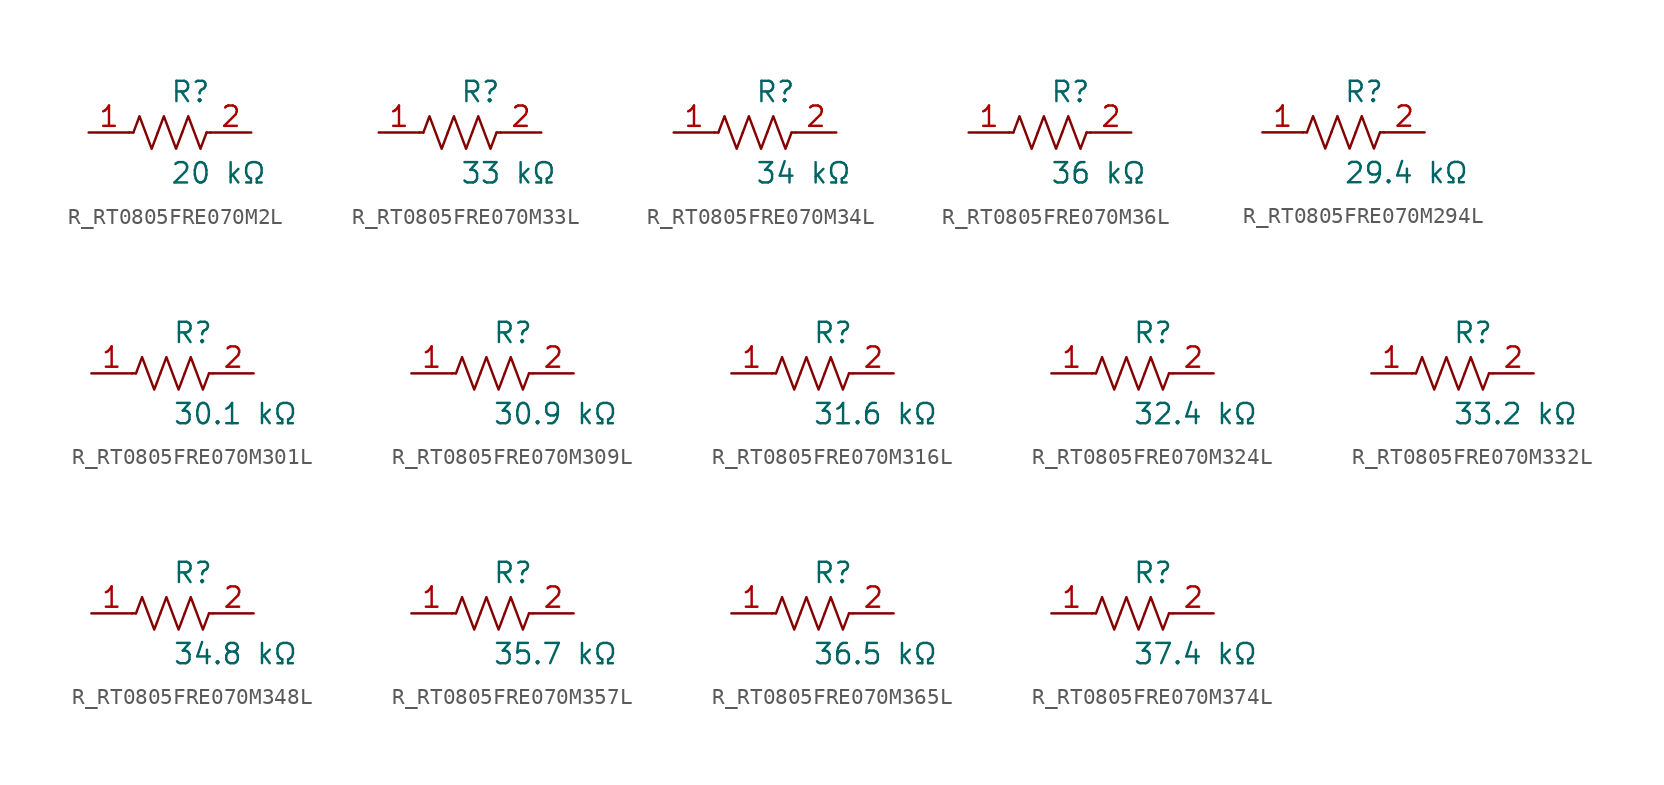
<source format=kicad_sym>
(kicad_symbol_lib
  (version 20231120)
  (generator kicad_symbol_editor)
  (generator_version 8.0)
  (symbol "R_RT0805FRE070M2L"
    (pin_names
      (offset 0.254))
    (property "Reference" "R"
      (at 0.0 2.54 0)
      (effects (font (size 1.27 1.27)) (justify left)))
    (property "Value" "20 kΩ"
      (at 0.0 -2.54 0)
      (effects (font (size 1.27 1.27)) (justify left)))
    (symbol "R_RT0805FRE070M2L_0_1"
      (polyline (pts (xy 2.286 0) (xy 2.54 0)) (stroke (width 0) (type default)) (fill (type none)))
      (polyline (pts (xy -2.286 0) (xy -2.54 0)) (stroke (width 0) (type default)) (fill (type none)))
      (polyline (pts (xy 0.762 0) (xy 1.143 1.016) (xy 1.524 0) (xy 1.905 -1.016) (xy 2.286 0)) (stroke (width 0) (type default)) (fill (type none)))
      (polyline (pts (xy -0.762 0) (xy -0.381 1.016) (xy 0 0) (xy 0.381 -1.016) (xy 0.762 0)) (stroke (width 0) (type default)) (fill (type none)))
      (polyline (pts (xy -2.286 0) (xy -1.905 1.016) (xy -1.524 0) (xy -1.143 -1.016) (xy -0.762 0)) (stroke (width 0) (type default)) (fill (type none))))
    (pin unspecified line
      (at -5.08 0 0)
      (length 2.54)
      (name "" (effects (font (size 1.27 1.27))))
      (number "1" (effects (font (size 1.27 1.27)))))
    (pin unspecified line
      (at 5.08 0 180)
      (length 2.54)
      (name "" (effects (font (size 1.27 1.27))))
      (number "2" (effects (font (size 1.27 1.27))))))
  (symbol "R_RT0805FRE070M33L"
    (pin_names
      (offset 0.254))
    (property "Reference" "R"
      (at 0.0 2.54 0)
      (effects (font (size 1.27 1.27)) (justify left)))
    (property "Value" "33 kΩ"
      (at 0.0 -2.54 0)
      (effects (font (size 1.27 1.27)) (justify left)))
    (symbol "R_RT0805FRE070M33L_0_1"
      (polyline (pts (xy 2.286 0) (xy 2.54 0)) (stroke (width 0) (type default)) (fill (type none)))
      (polyline (pts (xy -2.286 0) (xy -2.54 0)) (stroke (width 0) (type default)) (fill (type none)))
      (polyline (pts (xy 0.762 0) (xy 1.143 1.016) (xy 1.524 0) (xy 1.905 -1.016) (xy 2.286 0)) (stroke (width 0) (type default)) (fill (type none)))
      (polyline (pts (xy -0.762 0) (xy -0.381 1.016) (xy 0 0) (xy 0.381 -1.016) (xy 0.762 0)) (stroke (width 0) (type default)) (fill (type none)))
      (polyline (pts (xy -2.286 0) (xy -1.905 1.016) (xy -1.524 0) (xy -1.143 -1.016) (xy -0.762 0)) (stroke (width 0) (type default)) (fill (type none))))
    (pin unspecified line
      (at -5.08 0 0)
      (length 2.54)
      (name "" (effects (font (size 1.27 1.27))))
      (number "1" (effects (font (size 1.27 1.27)))))
    (pin unspecified line
      (at 5.08 0 180)
      (length 2.54)
      (name "" (effects (font (size 1.27 1.27))))
      (number "2" (effects (font (size 1.27 1.27))))))
  (symbol "R_RT0805FRE070M34L"
    (pin_names
      (offset 0.254))
    (property "Reference" "R"
      (at 0.0 2.54 0)
      (effects (font (size 1.27 1.27)) (justify left)))
    (property "Value" "34 kΩ"
      (at 0.0 -2.54 0)
      (effects (font (size 1.27 1.27)) (justify left)))
    (symbol "R_RT0805FRE070M34L_0_1"
      (polyline (pts (xy 2.286 0) (xy 2.54 0)) (stroke (width 0) (type default)) (fill (type none)))
      (polyline (pts (xy -2.286 0) (xy -2.54 0)) (stroke (width 0) (type default)) (fill (type none)))
      (polyline (pts (xy 0.762 0) (xy 1.143 1.016) (xy 1.524 0) (xy 1.905 -1.016) (xy 2.286 0)) (stroke (width 0) (type default)) (fill (type none)))
      (polyline (pts (xy -0.762 0) (xy -0.381 1.016) (xy 0 0) (xy 0.381 -1.016) (xy 0.762 0)) (stroke (width 0) (type default)) (fill (type none)))
      (polyline (pts (xy -2.286 0) (xy -1.905 1.016) (xy -1.524 0) (xy -1.143 -1.016) (xy -0.762 0)) (stroke (width 0) (type default)) (fill (type none))))
    (pin unspecified line
      (at -5.08 0 0)
      (length 2.54)
      (name "" (effects (font (size 1.27 1.27))))
      (number "1" (effects (font (size 1.27 1.27)))))
    (pin unspecified line
      (at 5.08 0 180)
      (length 2.54)
      (name "" (effects (font (size 1.27 1.27))))
      (number "2" (effects (font (size 1.27 1.27))))))
  (symbol "R_RT0805FRE070M36L"
    (pin_names
      (offset 0.254))
    (property "Reference" "R"
      (at 0.0 2.54 0)
      (effects (font (size 1.27 1.27)) (justify left)))
    (property "Value" "36 kΩ"
      (at 0.0 -2.54 0)
      (effects (font (size 1.27 1.27)) (justify left)))
    (symbol "R_RT0805FRE070M36L_0_1"
      (polyline (pts (xy 2.286 0) (xy 2.54 0)) (stroke (width 0) (type default)) (fill (type none)))
      (polyline (pts (xy -2.286 0) (xy -2.54 0)) (stroke (width 0) (type default)) (fill (type none)))
      (polyline (pts (xy 0.762 0) (xy 1.143 1.016) (xy 1.524 0) (xy 1.905 -1.016) (xy 2.286 0)) (stroke (width 0) (type default)) (fill (type none)))
      (polyline (pts (xy -0.762 0) (xy -0.381 1.016) (xy 0 0) (xy 0.381 -1.016) (xy 0.762 0)) (stroke (width 0) (type default)) (fill (type none)))
      (polyline (pts (xy -2.286 0) (xy -1.905 1.016) (xy -1.524 0) (xy -1.143 -1.016) (xy -0.762 0)) (stroke (width 0) (type default)) (fill (type none))))
    (pin unspecified line
      (at -5.08 0 0)
      (length 2.54)
      (name "" (effects (font (size 1.27 1.27))))
      (number "1" (effects (font (size 1.27 1.27)))))
    (pin unspecified line
      (at 5.08 0 180)
      (length 2.54)
      (name "" (effects (font (size 1.27 1.27))))
      (number "2" (effects (font (size 1.27 1.27))))))
  (symbol "R_RT0805FRE070M294L"
    (pin_names
      (offset 0.254))
    (property "Reference" "R"
      (at 0.0 2.54 0)
      (effects (font (size 1.27 1.27)) (justify left)))
    (property "Value" "29.4 kΩ"
      (at 0.0 -2.54 0)
      (effects (font (size 1.27 1.27)) (justify left)))
    (symbol "R_RT0805FRE070M294L_0_1"
      (polyline (pts (xy 2.286 0) (xy 2.54 0)) (stroke (width 0) (type default)) (fill (type none)))
      (polyline (pts (xy -2.286 0) (xy -2.54 0)) (stroke (width 0) (type default)) (fill (type none)))
      (polyline (pts (xy 0.762 0) (xy 1.143 1.016) (xy 1.524 0) (xy 1.905 -1.016) (xy 2.286 0)) (stroke (width 0) (type default)) (fill (type none)))
      (polyline (pts (xy -0.762 0) (xy -0.381 1.016) (xy 0 0) (xy 0.381 -1.016) (xy 0.762 0)) (stroke (width 0) (type default)) (fill (type none)))
      (polyline (pts (xy -2.286 0) (xy -1.905 1.016) (xy -1.524 0) (xy -1.143 -1.016) (xy -0.762 0)) (stroke (width 0) (type default)) (fill (type none))))
    (pin unspecified line
      (at -5.08 0 0)
      (length 2.54)
      (name "" (effects (font (size 1.27 1.27))))
      (number "1" (effects (font (size 1.27 1.27)))))
    (pin unspecified line
      (at 5.08 0 180)
      (length 2.54)
      (name "" (effects (font (size 1.27 1.27))))
      (number "2" (effects (font (size 1.27 1.27))))))
  (symbol "R_RT0805FRE070M301L"
    (pin_names
      (offset 0.254))
    (property "Reference" "R"
      (at 0.0 2.54 0)
      (effects (font (size 1.27 1.27)) (justify left)))
    (property "Value" "30.1 kΩ"
      (at 0.0 -2.54 0)
      (effects (font (size 1.27 1.27)) (justify left)))
    (symbol "R_RT0805FRE070M301L_0_1"
      (polyline (pts (xy 2.286 0) (xy 2.54 0)) (stroke (width 0) (type default)) (fill (type none)))
      (polyline (pts (xy -2.286 0) (xy -2.54 0)) (stroke (width 0) (type default)) (fill (type none)))
      (polyline (pts (xy 0.762 0) (xy 1.143 1.016) (xy 1.524 0) (xy 1.905 -1.016) (xy 2.286 0)) (stroke (width 0) (type default)) (fill (type none)))
      (polyline (pts (xy -0.762 0) (xy -0.381 1.016) (xy 0 0) (xy 0.381 -1.016) (xy 0.762 0)) (stroke (width 0) (type default)) (fill (type none)))
      (polyline (pts (xy -2.286 0) (xy -1.905 1.016) (xy -1.524 0) (xy -1.143 -1.016) (xy -0.762 0)) (stroke (width 0) (type default)) (fill (type none))))
    (pin unspecified line
      (at -5.08 0 0)
      (length 2.54)
      (name "" (effects (font (size 1.27 1.27))))
      (number "1" (effects (font (size 1.27 1.27)))))
    (pin unspecified line
      (at 5.08 0 180)
      (length 2.54)
      (name "" (effects (font (size 1.27 1.27))))
      (number "2" (effects (font (size 1.27 1.27))))))
  (symbol "R_RT0805FRE070M309L"
    (pin_names
      (offset 0.254))
    (property "Reference" "R"
      (at 0.0 2.54 0)
      (effects (font (size 1.27 1.27)) (justify left)))
    (property "Value" "30.9 kΩ"
      (at 0.0 -2.54 0)
      (effects (font (size 1.27 1.27)) (justify left)))
    (symbol "R_RT0805FRE070M309L_0_1"
      (polyline (pts (xy 2.286 0) (xy 2.54 0)) (stroke (width 0) (type default)) (fill (type none)))
      (polyline (pts (xy -2.286 0) (xy -2.54 0)) (stroke (width 0) (type default)) (fill (type none)))
      (polyline (pts (xy 0.762 0) (xy 1.143 1.016) (xy 1.524 0) (xy 1.905 -1.016) (xy 2.286 0)) (stroke (width 0) (type default)) (fill (type none)))
      (polyline (pts (xy -0.762 0) (xy -0.381 1.016) (xy 0 0) (xy 0.381 -1.016) (xy 0.762 0)) (stroke (width 0) (type default)) (fill (type none)))
      (polyline (pts (xy -2.286 0) (xy -1.905 1.016) (xy -1.524 0) (xy -1.143 -1.016) (xy -0.762 0)) (stroke (width 0) (type default)) (fill (type none))))
    (pin unspecified line
      (at -5.08 0 0)
      (length 2.54)
      (name "" (effects (font (size 1.27 1.27))))
      (number "1" (effects (font (size 1.27 1.27)))))
    (pin unspecified line
      (at 5.08 0 180)
      (length 2.54)
      (name "" (effects (font (size 1.27 1.27))))
      (number "2" (effects (font (size 1.27 1.27))))))
  (symbol "R_RT0805FRE070M316L"
    (pin_names
      (offset 0.254))
    (property "Reference" "R"
      (at 0.0 2.54 0)
      (effects (font (size 1.27 1.27)) (justify left)))
    (property "Value" "31.6 kΩ"
      (at 0.0 -2.54 0)
      (effects (font (size 1.27 1.27)) (justify left)))
    (symbol "R_RT0805FRE070M316L_0_1"
      (polyline (pts (xy 2.286 0) (xy 2.54 0)) (stroke (width 0) (type default)) (fill (type none)))
      (polyline (pts (xy -2.286 0) (xy -2.54 0)) (stroke (width 0) (type default)) (fill (type none)))
      (polyline (pts (xy 0.762 0) (xy 1.143 1.016) (xy 1.524 0) (xy 1.905 -1.016) (xy 2.286 0)) (stroke (width 0) (type default)) (fill (type none)))
      (polyline (pts (xy -0.762 0) (xy -0.381 1.016) (xy 0 0) (xy 0.381 -1.016) (xy 0.762 0)) (stroke (width 0) (type default)) (fill (type none)))
      (polyline (pts (xy -2.286 0) (xy -1.905 1.016) (xy -1.524 0) (xy -1.143 -1.016) (xy -0.762 0)) (stroke (width 0) (type default)) (fill (type none))))
    (pin unspecified line
      (at -5.08 0 0)
      (length 2.54)
      (name "" (effects (font (size 1.27 1.27))))
      (number "1" (effects (font (size 1.27 1.27)))))
    (pin unspecified line
      (at 5.08 0 180)
      (length 2.54)
      (name "" (effects (font (size 1.27 1.27))))
      (number "2" (effects (font (size 1.27 1.27))))))
  (symbol "R_RT0805FRE070M324L"
    (pin_names
      (offset 0.254))
    (property "Reference" "R"
      (at 0.0 2.54 0)
      (effects (font (size 1.27 1.27)) (justify left)))
    (property "Value" "32.4 kΩ"
      (at 0.0 -2.54 0)
      (effects (font (size 1.27 1.27)) (justify left)))
    (symbol "R_RT0805FRE070M324L_0_1"
      (polyline (pts (xy 2.286 0) (xy 2.54 0)) (stroke (width 0) (type default)) (fill (type none)))
      (polyline (pts (xy -2.286 0) (xy -2.54 0)) (stroke (width 0) (type default)) (fill (type none)))
      (polyline (pts (xy 0.762 0) (xy 1.143 1.016) (xy 1.524 0) (xy 1.905 -1.016) (xy 2.286 0)) (stroke (width 0) (type default)) (fill (type none)))
      (polyline (pts (xy -0.762 0) (xy -0.381 1.016) (xy 0 0) (xy 0.381 -1.016) (xy 0.762 0)) (stroke (width 0) (type default)) (fill (type none)))
      (polyline (pts (xy -2.286 0) (xy -1.905 1.016) (xy -1.524 0) (xy -1.143 -1.016) (xy -0.762 0)) (stroke (width 0) (type default)) (fill (type none))))
    (pin unspecified line
      (at -5.08 0 0)
      (length 2.54)
      (name "" (effects (font (size 1.27 1.27))))
      (number "1" (effects (font (size 1.27 1.27)))))
    (pin unspecified line
      (at 5.08 0 180)
      (length 2.54)
      (name "" (effects (font (size 1.27 1.27))))
      (number "2" (effects (font (size 1.27 1.27))))))
  (symbol "R_RT0805FRE070M332L"
    (pin_names
      (offset 0.254))
    (property "Reference" "R"
      (at 0.0 2.54 0)
      (effects (font (size 1.27 1.27)) (justify left)))
    (property "Value" "33.2 kΩ"
      (at 0.0 -2.54 0)
      (effects (font (size 1.27 1.27)) (justify left)))
    (symbol "R_RT0805FRE070M332L_0_1"
      (polyline (pts (xy 2.286 0) (xy 2.54 0)) (stroke (width 0) (type default)) (fill (type none)))
      (polyline (pts (xy -2.286 0) (xy -2.54 0)) (stroke (width 0) (type default)) (fill (type none)))
      (polyline (pts (xy 0.762 0) (xy 1.143 1.016) (xy 1.524 0) (xy 1.905 -1.016) (xy 2.286 0)) (stroke (width 0) (type default)) (fill (type none)))
      (polyline (pts (xy -0.762 0) (xy -0.381 1.016) (xy 0 0) (xy 0.381 -1.016) (xy 0.762 0)) (stroke (width 0) (type default)) (fill (type none)))
      (polyline (pts (xy -2.286 0) (xy -1.905 1.016) (xy -1.524 0) (xy -1.143 -1.016) (xy -0.762 0)) (stroke (width 0) (type default)) (fill (type none))))
    (pin unspecified line
      (at -5.08 0 0)
      (length 2.54)
      (name "" (effects (font (size 1.27 1.27))))
      (number "1" (effects (font (size 1.27 1.27)))))
    (pin unspecified line
      (at 5.08 0 180)
      (length 2.54)
      (name "" (effects (font (size 1.27 1.27))))
      (number "2" (effects (font (size 1.27 1.27))))))
  (symbol "R_RT0805FRE070M348L"
    (pin_names
      (offset 0.254))
    (property "Reference" "R"
      (at 0.0 2.54 0)
      (effects (font (size 1.27 1.27)) (justify left)))
    (property "Value" "34.8 kΩ"
      (at 0.0 -2.54 0)
      (effects (font (size 1.27 1.27)) (justify left)))
    (symbol "R_RT0805FRE070M348L_0_1"
      (polyline (pts (xy 2.286 0) (xy 2.54 0)) (stroke (width 0) (type default)) (fill (type none)))
      (polyline (pts (xy -2.286 0) (xy -2.54 0)) (stroke (width 0) (type default)) (fill (type none)))
      (polyline (pts (xy 0.762 0) (xy 1.143 1.016) (xy 1.524 0) (xy 1.905 -1.016) (xy 2.286 0)) (stroke (width 0) (type default)) (fill (type none)))
      (polyline (pts (xy -0.762 0) (xy -0.381 1.016) (xy 0 0) (xy 0.381 -1.016) (xy 0.762 0)) (stroke (width 0) (type default)) (fill (type none)))
      (polyline (pts (xy -2.286 0) (xy -1.905 1.016) (xy -1.524 0) (xy -1.143 -1.016) (xy -0.762 0)) (stroke (width 0) (type default)) (fill (type none))))
    (pin unspecified line
      (at -5.08 0 0)
      (length 2.54)
      (name "" (effects (font (size 1.27 1.27))))
      (number "1" (effects (font (size 1.27 1.27)))))
    (pin unspecified line
      (at 5.08 0 180)
      (length 2.54)
      (name "" (effects (font (size 1.27 1.27))))
      (number "2" (effects (font (size 1.27 1.27))))))
  (symbol "R_RT0805FRE070M357L"
    (pin_names
      (offset 0.254))
    (property "Reference" "R"
      (at 0.0 2.54 0)
      (effects (font (size 1.27 1.27)) (justify left)))
    (property "Value" "35.7 kΩ"
      (at 0.0 -2.54 0)
      (effects (font (size 1.27 1.27)) (justify left)))
    (symbol "R_RT0805FRE070M357L_0_1"
      (polyline (pts (xy 2.286 0) (xy 2.54 0)) (stroke (width 0) (type default)) (fill (type none)))
      (polyline (pts (xy -2.286 0) (xy -2.54 0)) (stroke (width 0) (type default)) (fill (type none)))
      (polyline (pts (xy 0.762 0) (xy 1.143 1.016) (xy 1.524 0) (xy 1.905 -1.016) (xy 2.286 0)) (stroke (width 0) (type default)) (fill (type none)))
      (polyline (pts (xy -0.762 0) (xy -0.381 1.016) (xy 0 0) (xy 0.381 -1.016) (xy 0.762 0)) (stroke (width 0) (type default)) (fill (type none)))
      (polyline (pts (xy -2.286 0) (xy -1.905 1.016) (xy -1.524 0) (xy -1.143 -1.016) (xy -0.762 0)) (stroke (width 0) (type default)) (fill (type none))))
    (pin unspecified line
      (at -5.08 0 0)
      (length 2.54)
      (name "" (effects (font (size 1.27 1.27))))
      (number "1" (effects (font (size 1.27 1.27)))))
    (pin unspecified line
      (at 5.08 0 180)
      (length 2.54)
      (name "" (effects (font (size 1.27 1.27))))
      (number "2" (effects (font (size 1.27 1.27))))))
  (symbol "R_RT0805FRE070M365L"
    (pin_names
      (offset 0.254))
    (property "Reference" "R"
      (at 0.0 2.54 0)
      (effects (font (size 1.27 1.27)) (justify left)))
    (property "Value" "36.5 kΩ"
      (at 0.0 -2.54 0)
      (effects (font (size 1.27 1.27)) (justify left)))
    (symbol "R_RT0805FRE070M365L_0_1"
      (polyline (pts (xy 2.286 0) (xy 2.54 0)) (stroke (width 0) (type default)) (fill (type none)))
      (polyline (pts (xy -2.286 0) (xy -2.54 0)) (stroke (width 0) (type default)) (fill (type none)))
      (polyline (pts (xy 0.762 0) (xy 1.143 1.016) (xy 1.524 0) (xy 1.905 -1.016) (xy 2.286 0)) (stroke (width 0) (type default)) (fill (type none)))
      (polyline (pts (xy -0.762 0) (xy -0.381 1.016) (xy 0 0) (xy 0.381 -1.016) (xy 0.762 0)) (stroke (width 0) (type default)) (fill (type none)))
      (polyline (pts (xy -2.286 0) (xy -1.905 1.016) (xy -1.524 0) (xy -1.143 -1.016) (xy -0.762 0)) (stroke (width 0) (type default)) (fill (type none))))
    (pin unspecified line
      (at -5.08 0 0)
      (length 2.54)
      (name "" (effects (font (size 1.27 1.27))))
      (number "1" (effects (font (size 1.27 1.27)))))
    (pin unspecified line
      (at 5.08 0 180)
      (length 2.54)
      (name "" (effects (font (size 1.27 1.27))))
      (number "2" (effects (font (size 1.27 1.27))))))
  (symbol "R_RT0805FRE070M374L"
    (pin_names
      (offset 0.254))
    (property "Reference" "R"
      (at 0.0 2.54 0)
      (effects (font (size 1.27 1.27)) (justify left)))
    (property "Value" "37.4 kΩ"
      (at 0.0 -2.54 0)
      (effects (font (size 1.27 1.27)) (justify left)))
    (symbol "R_RT0805FRE070M374L_0_1"
      (polyline (pts (xy 2.286 0) (xy 2.54 0)) (stroke (width 0) (type default)) (fill (type none)))
      (polyline (pts (xy -2.286 0) (xy -2.54 0)) (stroke (width 0) (type default)) (fill (type none)))
      (polyline (pts (xy 0.762 0) (xy 1.143 1.016) (xy 1.524 0) (xy 1.905 -1.016) (xy 2.286 0)) (stroke (width 0) (type default)) (fill (type none)))
      (polyline (pts (xy -0.762 0) (xy -0.381 1.016) (xy 0 0) (xy 0.381 -1.016) (xy 0.762 0)) (stroke (width 0) (type default)) (fill (type none)))
      (polyline (pts (xy -2.286 0) (xy -1.905 1.016) (xy -1.524 0) (xy -1.143 -1.016) (xy -0.762 0)) (stroke (width 0) (type default)) (fill (type none))))
    (pin unspecified line
      (at -5.08 0 0)
      (length 2.54)
      (name "" (effects (font (size 1.27 1.27))))
      (number "1" (effects (font (size 1.27 1.27)))))
    (pin unspecified line
      (at 5.08 0 180)
      (length 2.54)
      (name "" (effects (font (size 1.27 1.27))))
      (number "2" (effects (font (size 1.27 1.27)))))))
</source>
